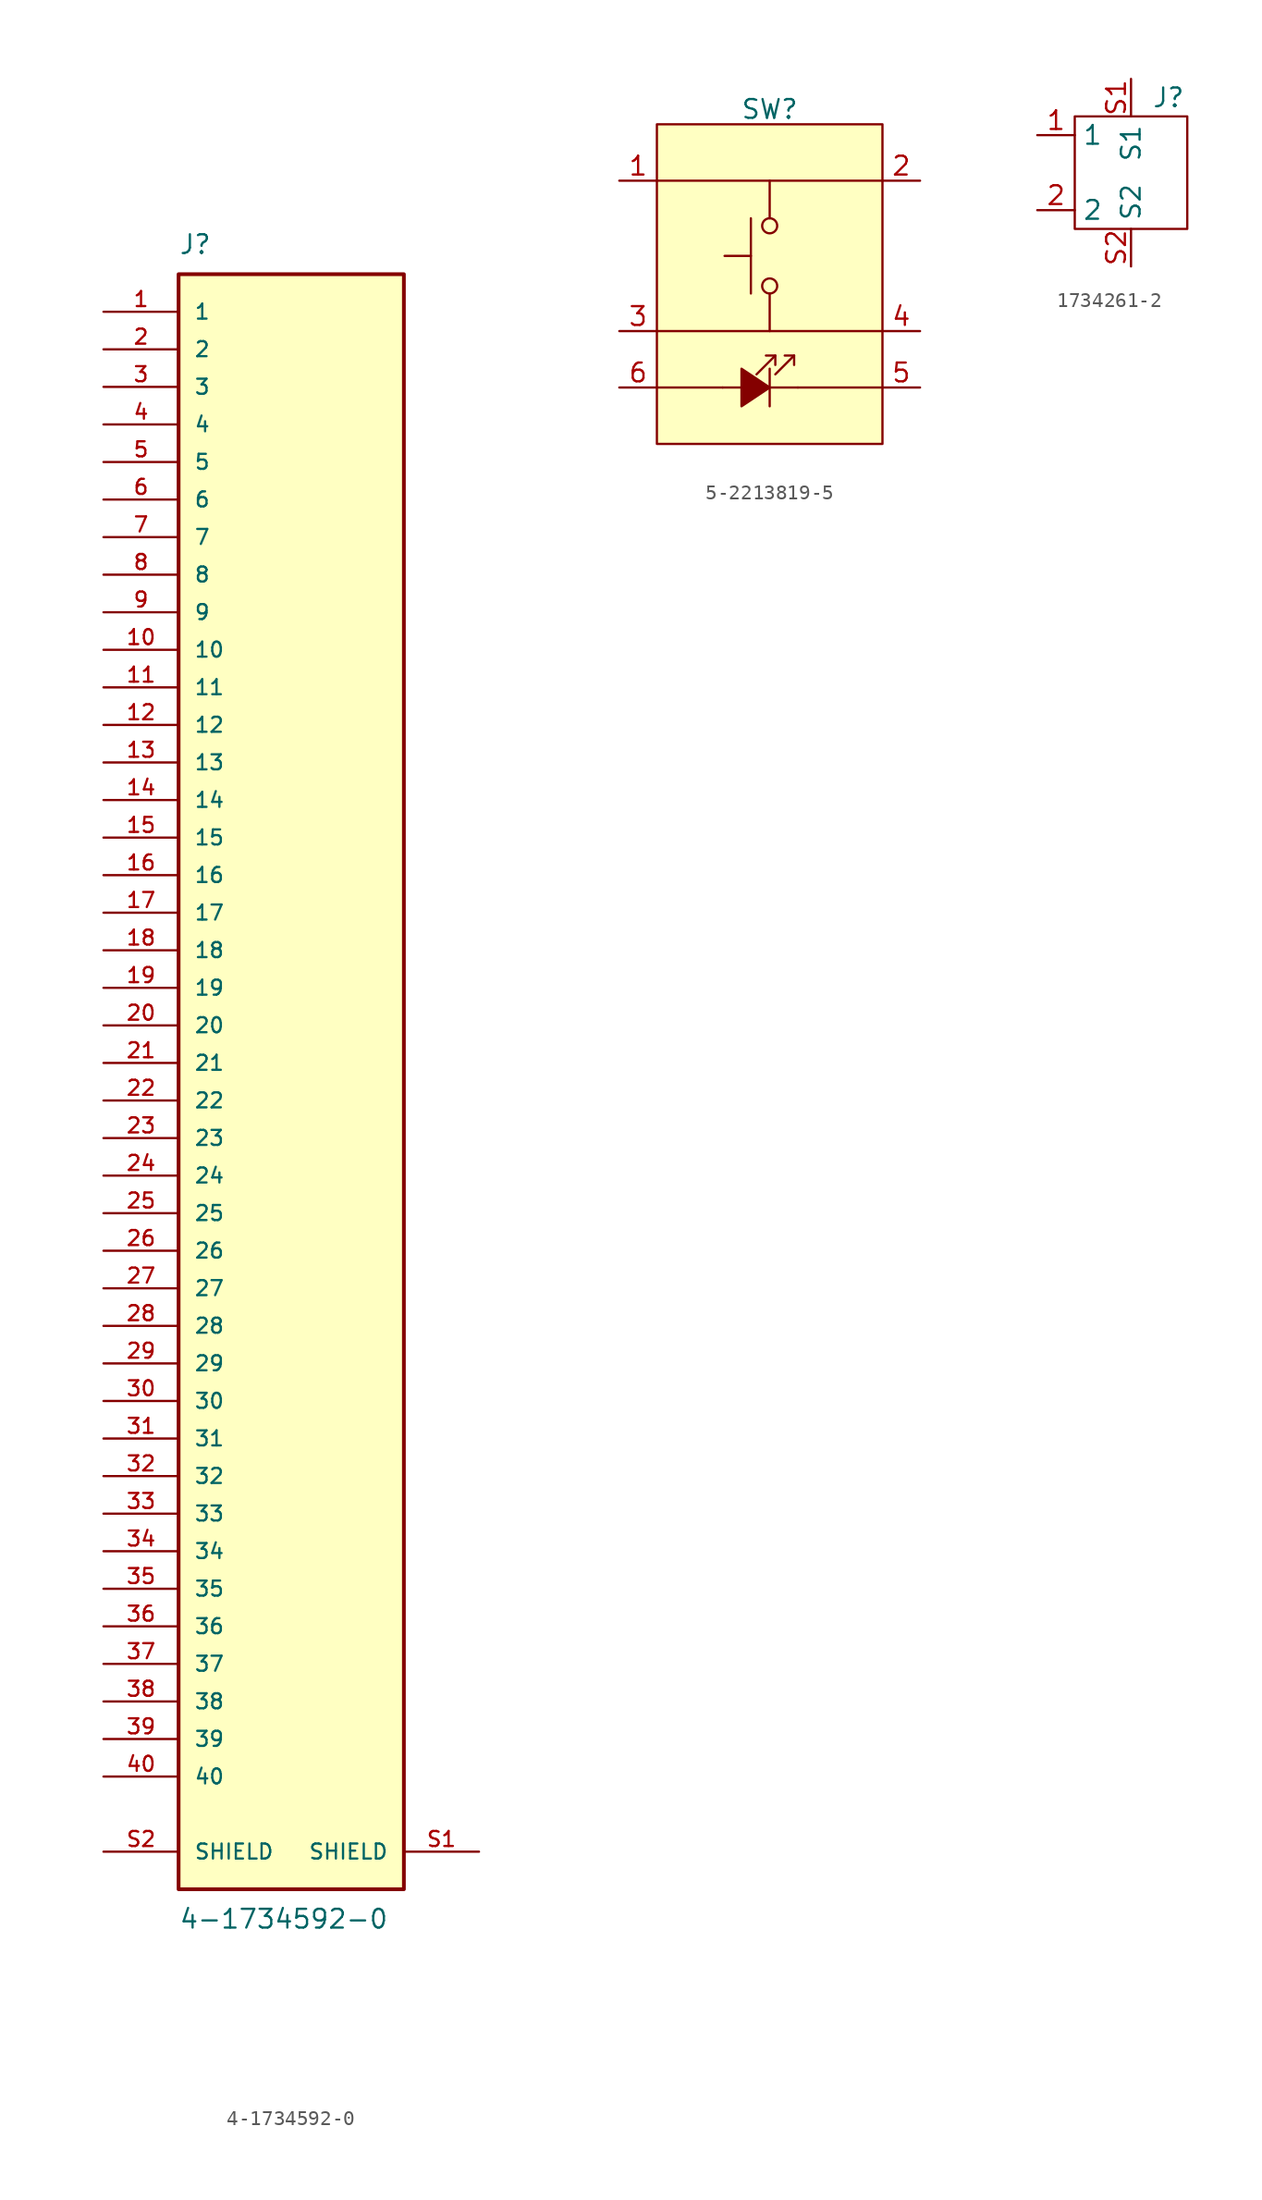
<source format=kicad_sym>
(kicad_symbol_lib
  (version 20220914)
  (generator kicad_symbol_editor)
  (generator_version "8.0")
  (symbol "4-1734592-0"
    (pin_names
      (offset 1.016))
    (property "Reference" "J"
      (at -7.62 54.61 0)
      (effects (font (size 1.27 1.27)) (justify left bottom)))
    (property "Value" "4-1734592-0"
      (at -7.62 -57.15 0)
      (effects (font (size 1.27 1.27)) (justify left top)))
    (symbol "4-1734592-0_0_0"
      (rectangle (start -7.62 53.34) (end 7.62 -55.88) (stroke (width 0.254) (type default)) (fill (type background)))
      (pin passive line (at -12.7 50.8 0) (length 5.08) (name "1" (effects (font (size 1.016 1.016)))) (number "1" (effects (font (size 1.016 1.016)))))
      (pin passive line (at -12.7 27.94 0) (length 5.08) (name "10" (effects (font (size 1.016 1.016)))) (number "10" (effects (font (size 1.016 1.016)))))
      (pin passive line (at -12.7 25.4 0) (length 5.08) (name "11" (effects (font (size 1.016 1.016)))) (number "11" (effects (font (size 1.016 1.016)))))
      (pin passive line (at -12.7 22.86 0) (length 5.08) (name "12" (effects (font (size 1.016 1.016)))) (number "12" (effects (font (size 1.016 1.016)))))
      (pin passive line (at -12.7 20.32 0) (length 5.08) (name "13" (effects (font (size 1.016 1.016)))) (number "13" (effects (font (size 1.016 1.016)))))
      (pin passive line (at -12.7 17.78 0) (length 5.08) (name "14" (effects (font (size 1.016 1.016)))) (number "14" (effects (font (size 1.016 1.016)))))
      (pin passive line (at -12.7 15.24 0) (length 5.08) (name "15" (effects (font (size 1.016 1.016)))) (number "15" (effects (font (size 1.016 1.016)))))
      (pin passive line (at -12.7 12.7 0) (length 5.08) (name "16" (effects (font (size 1.016 1.016)))) (number "16" (effects (font (size 1.016 1.016)))))
      (pin passive line (at -12.7 10.16 0) (length 5.08) (name "17" (effects (font (size 1.016 1.016)))) (number "17" (effects (font (size 1.016 1.016)))))
      (pin passive line (at -12.7 7.62 0) (length 5.08) (name "18" (effects (font (size 1.016 1.016)))) (number "18" (effects (font (size 1.016 1.016)))))
      (pin passive line (at -12.7 5.08 0) (length 5.08) (name "19" (effects (font (size 1.016 1.016)))) (number "19" (effects (font (size 1.016 1.016)))))
      (pin passive line (at -12.7 48.26 0) (length 5.08) (name "2" (effects (font (size 1.016 1.016)))) (number "2" (effects (font (size 1.016 1.016)))))
      (pin passive line (at -12.7 2.54 0) (length 5.08) (name "20" (effects (font (size 1.016 1.016)))) (number "20" (effects (font (size 1.016 1.016)))))
      (pin passive line (at -12.7 0 0) (length 5.08) (name "21" (effects (font (size 1.016 1.016)))) (number "21" (effects (font (size 1.016 1.016)))))
      (pin passive line (at -12.7 -2.54 0) (length 5.08) (name "22" (effects (font (size 1.016 1.016)))) (number "22" (effects (font (size 1.016 1.016)))))
      (pin passive line (at -12.7 -5.08 0) (length 5.08) (name "23" (effects (font (size 1.016 1.016)))) (number "23" (effects (font (size 1.016 1.016)))))
      (pin passive line (at -12.7 -7.62 0) (length 5.08) (name "24" (effects (font (size 1.016 1.016)))) (number "24" (effects (font (size 1.016 1.016)))))
      (pin passive line (at -12.7 -10.16 0) (length 5.08) (name "25" (effects (font (size 1.016 1.016)))) (number "25" (effects (font (size 1.016 1.016)))))
      (pin passive line (at -12.7 -12.7 0) (length 5.08) (name "26" (effects (font (size 1.016 1.016)))) (number "26" (effects (font (size 1.016 1.016)))))
      (pin passive line (at -12.7 -15.24 0) (length 5.08) (name "27" (effects (font (size 1.016 1.016)))) (number "27" (effects (font (size 1.016 1.016)))))
      (pin passive line (at -12.7 -17.78 0) (length 5.08) (name "28" (effects (font (size 1.016 1.016)))) (number "28" (effects (font (size 1.016 1.016)))))
      (pin passive line (at -12.7 -20.32 0) (length 5.08) (name "29" (effects (font (size 1.016 1.016)))) (number "29" (effects (font (size 1.016 1.016)))))
      (pin passive line (at -12.7 45.72 0) (length 5.08) (name "3" (effects (font (size 1.016 1.016)))) (number "3" (effects (font (size 1.016 1.016)))))
      (pin passive line (at -12.7 -22.86 0) (length 5.08) (name "30" (effects (font (size 1.016 1.016)))) (number "30" (effects (font (size 1.016 1.016)))))
      (pin passive line (at -12.7 -25.4 0) (length 5.08) (name "31" (effects (font (size 1.016 1.016)))) (number "31" (effects (font (size 1.016 1.016)))))
      (pin passive line (at -12.7 -27.94 0) (length 5.08) (name "32" (effects (font (size 1.016 1.016)))) (number "32" (effects (font (size 1.016 1.016)))))
      (pin passive line (at -12.7 -30.48 0) (length 5.08) (name "33" (effects (font (size 1.016 1.016)))) (number "33" (effects (font (size 1.016 1.016)))))
      (pin passive line (at -12.7 -33.02 0) (length 5.08) (name "34" (effects (font (size 1.016 1.016)))) (number "34" (effects (font (size 1.016 1.016)))))
      (pin passive line (at -12.7 -35.56 0) (length 5.08) (name "35" (effects (font (size 1.016 1.016)))) (number "35" (effects (font (size 1.016 1.016)))))
      (pin passive line (at -12.7 -38.1 0) (length 5.08) (name "36" (effects (font (size 1.016 1.016)))) (number "36" (effects (font (size 1.016 1.016)))))
      (pin passive line (at -12.7 -40.64 0) (length 5.08) (name "37" (effects (font (size 1.016 1.016)))) (number "37" (effects (font (size 1.016 1.016)))))
      (pin passive line (at -12.7 -43.18 0) (length 5.08) (name "38" (effects (font (size 1.016 1.016)))) (number "38" (effects (font (size 1.016 1.016)))))
      (pin passive line (at -12.7 -45.72 0) (length 5.08) (name "39" (effects (font (size 1.016 1.016)))) (number "39" (effects (font (size 1.016 1.016)))))
      (pin passive line (at -12.7 43.18 0) (length 5.08) (name "4" (effects (font (size 1.016 1.016)))) (number "4" (effects (font (size 1.016 1.016)))))
      (pin passive line (at -12.7 -48.26 0) (length 5.08) (name "40" (effects (font (size 1.016 1.016)))) (number "40" (effects (font (size 1.016 1.016)))))
      (pin passive line (at -12.7 40.64 0) (length 5.08) (name "5" (effects (font (size 1.016 1.016)))) (number "5" (effects (font (size 1.016 1.016)))))
      (pin passive line (at -12.7 38.1 0) (length 5.08) (name "6" (effects (font (size 1.016 1.016)))) (number "6" (effects (font (size 1.016 1.016)))))
      (pin passive line (at -12.7 35.56 0) (length 5.08) (name "7" (effects (font (size 1.016 1.016)))) (number "7" (effects (font (size 1.016 1.016)))))
      (pin passive line (at -12.7 33.02 0) (length 5.08) (name "8" (effects (font (size 1.016 1.016)))) (number "8" (effects (font (size 1.016 1.016)))))
      (pin passive line (at -12.7 30.48 0) (length 5.08) (name "9" (effects (font (size 1.016 1.016)))) (number "9" (effects (font (size 1.016 1.016)))))
      (pin passive line (at 12.7 -53.34 180) (length 5.08) (name "SHIELD" (effects (font (size 1.016 1.016)))) (number "S1" (effects (font (size 1.016 1.016)))))
      (pin passive line (at -12.7 -53.34 0) (length 5.08) (name "SHIELD" (effects (font (size 1.016 1.016)))) (number "S2" (effects (font (size 1.016 1.016)))))))
  (symbol "5-2213819-5"
    (pin_names hide)
    (property "Reference" "SW"
      (at 0 11.176 0)
      (effects (font (size 1.27 1.27))))
    (property "Value" ""
      (at -0.635 -8.89 0)
      (effects (font (size 1.27 1.27))))
    (symbol "5-2213819-5_0_0"
      (polyline (pts (xy 0 -8.89) (xy 0 -6.35)) (stroke (width 0) (type default)) (fill (type none)))
      (polyline (pts (xy 0.381 -5.461) (xy -0.889 -6.731)) (stroke (width 0) (type default)) (fill (type none)))
      (polyline (pts (xy 1.651 -5.461) (xy 0.381 -6.731)) (stroke (width 0) (type default)) (fill (type none)))
      (polyline (pts (xy 1.905 -7.62) (xy -3.175 -7.62)) (stroke (width 0) (type default)) (fill (type none)))
      (polyline (pts (xy 0.381 -6.096) (xy 0.381 -5.461) (xy -0.254 -5.461)) (stroke (width 0) (type default)) (fill (type none)))
      (polyline (pts (xy 1.651 -6.096) (xy 1.651 -5.461) (xy 1.016 -5.461)) (stroke (width 0) (type default)) (fill (type none)))
      (polyline (pts (xy 0 -7.62) (xy -1.905 -8.89) (xy -1.905 -6.35) (xy 0 -7.62)) (stroke (width 0) (type default)) (fill (type outline))))
    (symbol "5-2213819-5_0_1"
      (circle (center 0 -0.762) (radius 0.508) (stroke (width 0) (type default)) (fill (type none)))
      (polyline (pts (xy -7.62 -7.62) (xy -3.175 -7.62)) (stroke (width 0) (type default)) (fill (type none)))
      (polyline (pts (xy -7.62 -3.81) (xy 7.62 -3.81)) (stroke (width 0) (type default)) (fill (type none)))
      (polyline (pts (xy -7.62 6.35) (xy 7.62 6.35)) (stroke (width 0) (type default)) (fill (type none)))
      (polyline (pts (xy -1.27 1.27) (xy -3.048 1.27)) (stroke (width 0) (type default)) (fill (type none)))
      (polyline (pts (xy -1.27 3.81) (xy -1.27 -1.27)) (stroke (width 0) (type default)) (fill (type none)))
      (polyline (pts (xy 0 -1.27) (xy 0 -3.81)) (stroke (width 0) (type default)) (fill (type none)))
      (polyline (pts (xy 0 3.81) (xy 0 6.35)) (stroke (width 0) (type default)) (fill (type none)))
      (polyline (pts (xy 1.905 -7.62) (xy 7.62 -7.62)) (stroke (width 0) (type default)) (fill (type none)))
      (circle (center 0 3.302) (radius 0.508) (stroke (width 0) (type default)) (fill (type none)))
      (pin passive line (at -10.16 6.35 0) (length 2.54) (name "1" (effects (font (size 1.27 1.27)))) (number "1" (effects (font (size 1.27 1.27)))))
      (pin passive line (at 10.16 6.35 180) (length 2.54) (name "2" (effects (font (size 1.27 1.27)))) (number "2" (effects (font (size 1.27 1.27))))))
    (symbol "5-2213819-5_1_1"
      (rectangle (start -7.62 10.16) (end 7.62 -11.43) (stroke (width 0) (type default)) (fill (type background)))
      (pin passive line (at -10.16 -3.81 0) (length 2.54) (name "3" (effects (font (size 1.27 1.27)))) (number "3" (effects (font (size 1.27 1.27)))))
      (pin passive line (at 10.16 -3.81 180) (length 2.54) (name "4" (effects (font (size 1.27 1.27)))) (number "4" (effects (font (size 1.27 1.27)))))
      (pin passive line (at 10.16 -7.62 180) (length 2.54) (name "K" (effects (font (size 1.27 1.27)))) (number "5" (effects (font (size 1.27 1.27)))))
      (pin passive line (at -10.16 -7.62 0) (length 2.54) (name "A" (effects (font (size 1.27 1.27)))) (number "6" (effects (font (size 1.27 1.27)))))))
  (symbol "1734261-2"
    (property "Reference" "J"
      (at 2.54 5.08 0)
      (effects (font (size 1.27 1.27))))
    (property "Value" ""
      (at -3.175 0.635 0)
      (effects (font (size 1.27 1.27))))
    (symbol "1734261-2_0_1"
      (rectangle (start -3.81 3.81) (end 3.81 -3.81) (stroke (width 0) (type default)) (fill (type none))))
    (symbol "1734261-2_1_1"
      (pin passive line (at -6.35 2.54 0) (length 2.54) (name "1" (effects (font (size 1.27 1.27)))) (number "1" (effects (font (size 1.27 1.27)))))
      (pin passive line (at -6.35 -2.54 0) (length 2.54) (name "2" (effects (font (size 1.27 1.27)))) (number "2" (effects (font (size 1.27 1.27)))))
      (pin free line (at 0 6.35 270) (length 2.54) (name "S1" (effects (font (size 1.27 1.27)))) (number "S1" (effects (font (size 1.27 1.27)))))
      (pin free line (at 0 -6.35 90) (length 2.54) (name "S2" (effects (font (size 1.27 1.27)))) (number "S2" (effects (font (size 1.27 1.27))))))))
</source>
